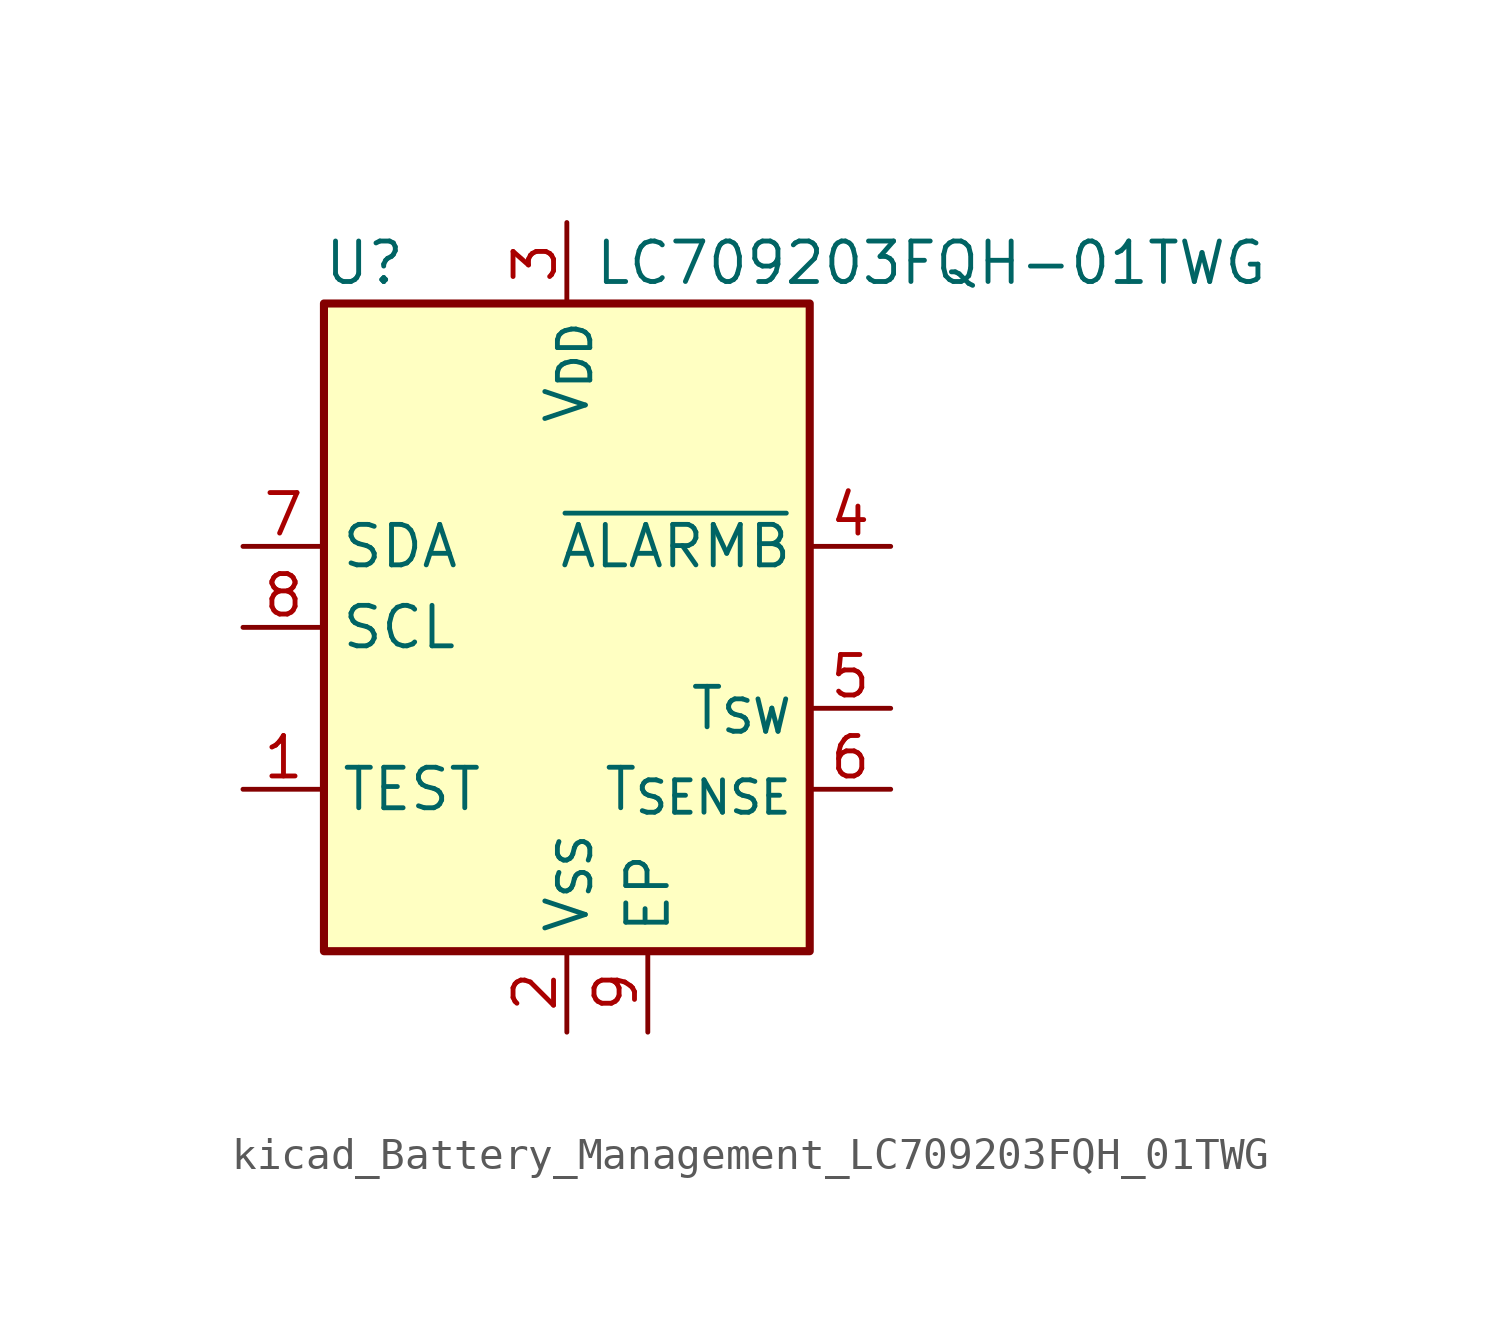
<source format=kicad_sym>
(kicad_symbol_lib
  (version 20220914)
  (generator kicad_symbol_editor)
  (symbol "kicad_Battery_Management_LC709203FQH_01TWG"
    (property "Reference" "U"
      (at -6.35 11.43 0)
      (effects (font (size 1.27 1.27))))
    (property "Value" "LC709203FQH-01TWG"
      (at 11.43 11.43 0)
      (effects (font (size 1.27 1.27))))
    (symbol "kicad_Battery_Management_LC709203FQH_01TWG_0_1"
      (rectangle (start -7.62 10.16) (end 7.62 -10.16) (stroke (width 0.254) (type default)) (fill (type background))))
    (symbol "kicad_Battery_Management_LC709203FQH_01TWG_1_1"
      (pin input line (at -10.16 -5.08 0) (length 2.54) (name "TEST" (effects (font (size 1.27 1.27)))) (number "1" (effects (font (size 1.27 1.27)))))
      (pin power_in line (at 0 -12.7 90) (length 2.54) (name "V_{SS}" (effects (font (size 1.27 1.27)))) (number "2" (effects (font (size 1.27 1.27)))))
      (pin power_in line (at 0 12.7 270) (length 2.54) (name "V_{DD}" (effects (font (size 1.27 1.27)))) (number "3" (effects (font (size 1.27 1.27)))))
      (pin open_collector line (at 10.16 2.54 180) (length 2.54) (name "~{ALARMB}" (effects (font (size 1.27 1.27)))) (number "4" (effects (font (size 1.27 1.27)))))
      (pin output line (at 10.16 -2.54 180) (length 2.54) (name "T_{SW}" (effects (font (size 1.27 1.27)))) (number "5" (effects (font (size 1.27 1.27)))))
      (pin input line (at 10.16 -5.08 180) (length 2.54) (name "T_{SENSE}" (effects (font (size 1.27 1.27)))) (number "6" (effects (font (size 1.27 1.27)))))
      (pin bidirectional line (at -10.16 2.54 0) (length 2.54) (name "SDA" (effects (font (size 1.27 1.27)))) (number "7" (effects (font (size 1.27 1.27)))))
      (pin input line (at -10.16 0 0) (length 2.54) (name "SCL" (effects (font (size 1.27 1.27)))) (number "8" (effects (font (size 1.27 1.27)))))
      (pin passive line (at 2.54 -12.7 90) (length 2.54) (name "EP" (effects (font (size 1.27 1.27)))) (number "9" (effects (font (size 1.27 1.27))))))))
</source>
